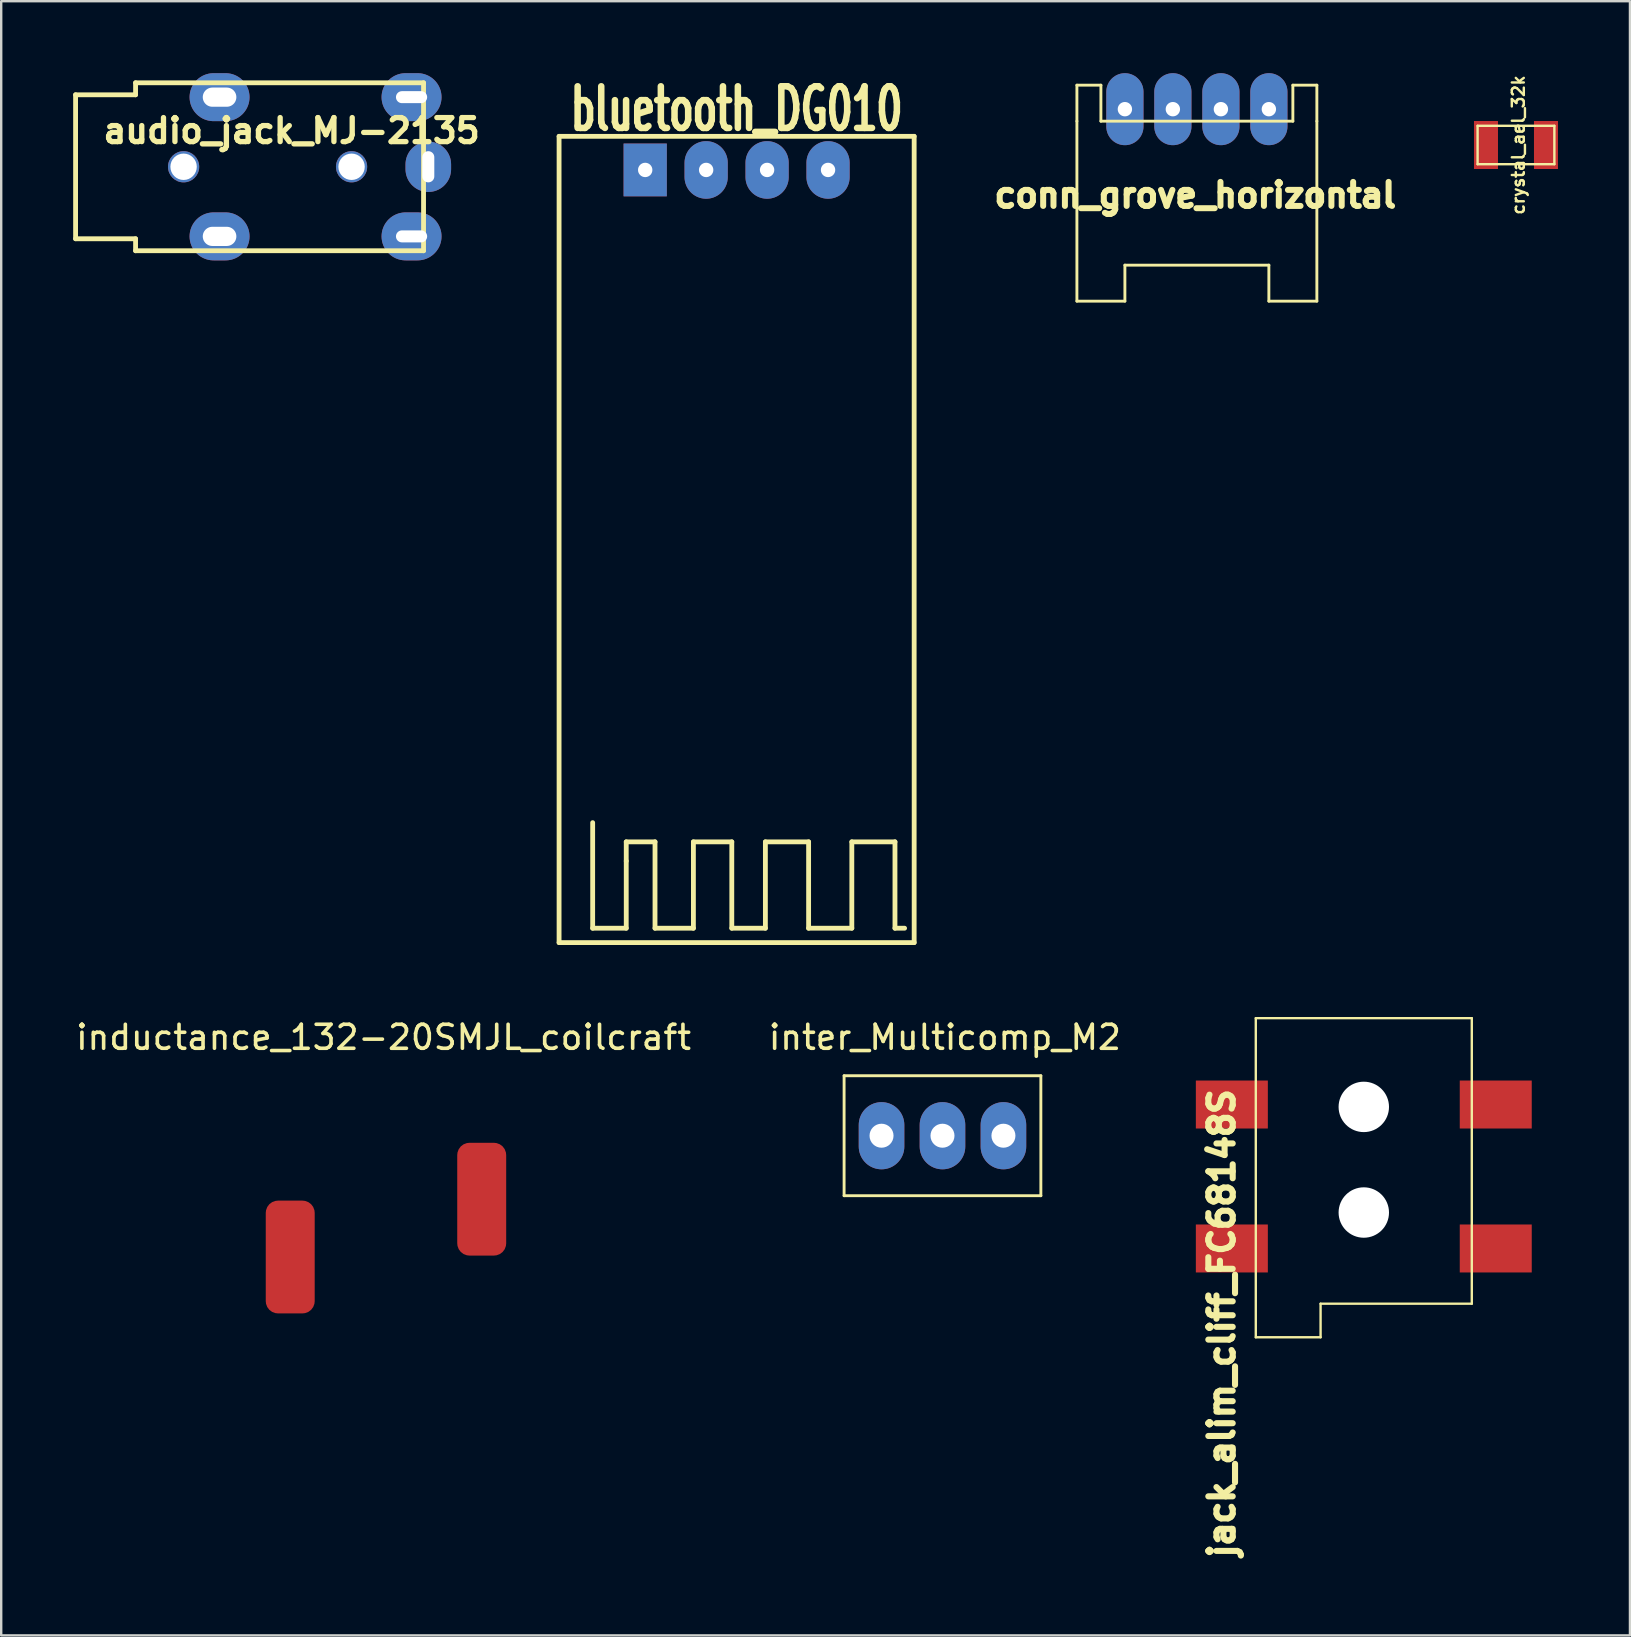
<source format=kicad_pcb>
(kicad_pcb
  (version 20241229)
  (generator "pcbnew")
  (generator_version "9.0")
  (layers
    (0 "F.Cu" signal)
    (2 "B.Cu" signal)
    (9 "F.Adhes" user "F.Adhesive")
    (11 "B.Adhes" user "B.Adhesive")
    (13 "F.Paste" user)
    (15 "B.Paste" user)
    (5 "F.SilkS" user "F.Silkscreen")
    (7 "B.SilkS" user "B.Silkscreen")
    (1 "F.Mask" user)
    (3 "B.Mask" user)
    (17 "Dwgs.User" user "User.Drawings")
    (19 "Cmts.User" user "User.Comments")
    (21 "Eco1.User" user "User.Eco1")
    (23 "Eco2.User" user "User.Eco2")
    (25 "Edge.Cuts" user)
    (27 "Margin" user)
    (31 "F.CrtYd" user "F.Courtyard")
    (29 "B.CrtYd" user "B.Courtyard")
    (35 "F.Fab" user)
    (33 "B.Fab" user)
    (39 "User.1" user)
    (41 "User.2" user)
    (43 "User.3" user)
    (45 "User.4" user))
  (footprint "crystal_ael_32k"
    (layer "F.Cu")
    (at 60.127 2.993)
    (property "Reference" "crystal_ael_32k" (at 0.1 0 90) (layer "F.SilkS") (effects (font (size 0.5 0.5) (thickness 0.1))))
    (attr through_hole)
    (fp_line (start -1.6 -0.8) (end 1.6 -0.8) (stroke (width 0.1) (type solid)) (layer "F.SilkS"))
    (fp_line (start -1.6 0.8) (end -1.6 -0.8) (stroke (width 0.1) (type solid)) (layer "F.SilkS"))
    (fp_line (start 1.6 -0.8) (end 1.6 0.8) (stroke (width 0.1) (type solid)) (layer "F.SilkS"))
    (fp_line (start 1.6 0.8) (end -1.6 0.8) (stroke (width 0.1) (type solid)) (layer "F.SilkS"))
    (pad "1" smd rect (at -1.25 0) (size 1 2) (layers "F.Cu" "F.Mask" "F.Paste"))
    (pad "2" smd rect (at 1.25 0) (size 1 2) (layers "F.Cu" "F.Mask" "F.Paste")))
  (footprint "conn_grove_horizontal"
    (layer "F.Cu")
    (at 46.829 1.5)
    (property "Reference" "conn_grove_horizontal" (at -0.066 3.581 0) (layer "F.SilkS") (effects (font (size 1.001 1.001) (thickness 0.251))))
    (attr through_hole)
    (fp_line (start -5 -1) (end -4 -1) (stroke (width 0.12) (type solid)) (layer "F.SilkS"))
    (fp_line (start -5 0.5) (end -5 -1) (stroke (width 0.12) (type solid)) (layer "F.SilkS"))
    (fp_line (start -5 8) (end -5 0.5) (stroke (width 0.12) (type solid)) (layer "F.SilkS"))
    (fp_line (start -5 8) (end -3 8) (stroke (width 0.12) (type solid)) (layer "F.SilkS"))
    (fp_line (start -4 -1) (end -4 0.5) (stroke (width 0.12) (type solid)) (layer "F.SilkS"))
    (fp_line (start -4 0.5) (end 4 0.5) (stroke (width 0.12) (type solid)) (layer "F.SilkS"))
    (fp_line (start -3 6.5) (end 3 6.5) (stroke (width 0.12) (type solid)) (layer "F.SilkS"))
    (fp_line (start -3 8) (end -3 6.5) (stroke (width 0.12) (type solid)) (layer "F.SilkS"))
    (fp_line (start 3 6.5) (end 3 8) (stroke (width 0.12) (type solid)) (layer "F.SilkS"))
    (fp_line (start 4 -1) (end 4 0.5) (stroke (width 0.12) (type solid)) (layer "F.SilkS"))
    (fp_line (start 5 -1) (end 4 -1) (stroke (width 0.12) (type solid)) (layer "F.SilkS"))
    (fp_line (start 5 0.5) (end 5 -1) (stroke (width 0.12) (type solid)) (layer "F.SilkS"))
    (fp_line (start 5 0.5) (end 5 8) (stroke (width 0.12) (type solid)) (layer "F.SilkS"))
    (fp_line (start 5 8) (end 3 8) (stroke (width 0.12) (type solid)) (layer "F.SilkS"))
    (pad "1" thru_hole oval (at -3 0) (size 1.549 3) (drill 0.599) (layers "*.Cu" "*.Mask"))
    (pad "2" thru_hole oval (at -1.001 0) (size 1.549 3) (drill 0.599) (layers "*.Cu" "*.Mask"))
    (pad "3" thru_hole oval (at 1.001 0) (size 1.549 3) (drill 0.599) (layers "*.Cu" "*.Mask"))
    (pad "4" thru_hole oval (at 3 0) (size 1.549 3) (drill 0.599) (layers "*.Cu" "*.Mask")))
  (footprint "inductance_132-20SMJL_coilcraft"
    (layer "F.Cu")
    (at 13.035 48.13)
    (property "Reference" "inductance_132-20SMJL_coilcraft" (at -0.1 -7.95 0) (unlocked yes) (layer "F.SilkS") (effects (font (size 1 1) (thickness 0.15))))
    (attr smd)
    (pad "1" smd roundrect (at -3.99 1.205) (size 2.04 4.7) (layers "F.Cu" "F.Mask" "F.Paste") (roundrect_rratio 0.25))
    (pad "2" smd roundrect (at 3.99 -1.205) (size 2.04 4.7) (layers "F.Cu" "F.Mask" "F.Paste") (roundrect_rratio 0.25)))
  (footprint "inter_Multicomp_M2"
    (layer "F.Cu")
    (at 36.227 44.28)
    (property "Reference" "inter_Multicomp_M2" (at 0.1 -4.1 0) (layer "F.SilkS") (effects (font (size 1 1) (thickness 0.15))))
    (attr through_hole)
    (fp_line (start -4.1 -2.5) (end 4.1 -2.5) (stroke (width 0.12) (type solid)) (layer "F.SilkS"))
    (fp_line (start -4.1 2.5) (end -4.1 -2.5) (stroke (width 0.12) (type solid)) (layer "F.SilkS"))
    (fp_line (start 4.1 -2.5) (end 4.1 2.5) (stroke (width 0.12) (type solid)) (layer "F.SilkS"))
    (fp_line (start 4.1 2.5) (end -4.1 2.5) (stroke (width 0.12) (type solid)) (layer "F.SilkS"))
    (pad "1" thru_hole oval (at -2.54 0) (size 1.9 2.8) (drill 1) (layers "*.Cu" "*.Mask"))
    (pad "2" thru_hole oval (at 0 0) (size 1.9 2.8) (drill 1) (layers "*.Cu" "*.Mask"))
    (pad "3" thru_hole oval (at 2.54 0) (size 1.9 2.8) (drill 1) (layers "*.Cu" "*.Mask")))
  (footprint "audio_jack_MJ-2135"
    (layer "F.Cu")
    (at 14.802 3.9)
    (property "Reference" "audio_jack_MJ-2135" (at -5.7 -1.501 0) (layer "F.SilkS") (effects (font (size 1.001 1.001) (thickness 0.221))))
    (attr through_hole)
    (fp_line (start -14.702 -3) (end -12.202 -3) (stroke (width 0.201) (type solid)) (layer "F.SilkS"))
    (fp_line (start -14.702 3) (end -14.702 -3) (stroke (width 0.201) (type solid)) (layer "F.SilkS"))
    (fp_line (start -12.202 -3.5) (end -0.201 -3.5) (stroke (width 0.201) (type solid)) (layer "F.SilkS"))
    (fp_line (start -12.202 -3) (end -12.202 -3.5) (stroke (width 0.201) (type solid)) (layer "F.SilkS"))
    (fp_line (start -12.202 3) (end -14.702 3) (stroke (width 0.201) (type solid)) (layer "F.SilkS"))
    (fp_line (start -12.202 3.5) (end -12.202 3) (stroke (width 0.201) (type solid)) (layer "F.SilkS"))
    (fp_line (start -0.201 -3.5) (end -0.201 3.5) (stroke (width 0.201) (type solid)) (layer "F.SilkS"))
    (fp_line (start -0.201 3.5) (end -12.202 3.5) (stroke (width 0.201) (type solid)) (layer "F.SilkS"))
    (pad "" np_thru_hole circle (at -10.201 0) (size 1.3 1.3) (drill 1.1) (layers "*.Cu" "*.Mask"))
    (pad "" np_thru_hole circle (at -3.201 0) (size 1.3 1.3) (drill 1.1) (layers "*.Cu" "*.Mask"))
    (pad "R1" thru_hole oval (at -0.701 2.901) (size 2.499 1.999) (drill oval 1.3 0.5) (layers "*.Cu" "*.Mask"))
    (pad "R2" thru_hole oval (at -0.701 -2.901) (size 2.499 1.999) (drill oval 1.3 0.5) (layers "*.Cu" "*.Mask"))
    (pad "S" thru_hole oval (at -0.003 0) (size 1.9 2.101) (drill oval 0.5 1.3) (layers "*.Cu" "*.Mask"))
    (pad "T" thru_hole oval (at -8.702 -2.901) (size 2.499 1.999) (drill oval 1.4 0.8) (layers "*.Cu" "*.Mask"))
    (pad "T" thru_hole oval (at -8.702 2.901) (size 2.499 1.999) (drill oval 1.4 0.8) (layers "*.Cu" "*.Mask")))
  (footprint "jack_alim_cliff_FC68148S"
    (layer "F.Cu")
    (at 53.785 42.98)
    (property "Reference" "jack_alim_cliff_FC68148S" (at -5.92 9.12 90) (layer "F.SilkS") (effects (font (size 1.016 1.016) (thickness 0.254))))
    (attr through_hole)
    (fp_line (start -4.501 -3.599) (end 4.501 -3.599) (stroke (width 0.099) (type solid)) (layer "F.SilkS"))
    (fp_line (start -4.501 9.7) (end -4.501 -3.599) (stroke (width 0.099) (type solid)) (layer "F.SilkS"))
    (fp_line (start -1.801 8.301) (end -1.801 9.7) (stroke (width 0.099) (type solid)) (layer "F.SilkS"))
    (fp_line (start -1.801 9.7) (end -4.501 9.7) (stroke (width 0.099) (type solid)) (layer "F.SilkS"))
    (fp_line (start 4.501 8.301) (end -1.801 8.301) (stroke (width 0.099) (type solid)) (layer "F.SilkS"))
    (fp_line (start 4.501 8.301) (end 4.501 -3.599) (stroke (width 0.099) (type solid)) (layer "F.SilkS"))
    (pad "" np_thru_hole circle (at 0 0.099 270) (size 2.101 2.101) (drill oval 2.101) (layers "*.Cu"))
    (pad "" np_thru_hole circle (at 0 4.501 270) (size 2.101 2.101) (drill oval 2.101) (layers "*.Cu"))
    (pad "1" smd rect (at 5.499 0 270) (size 1.999 3) (layers "F.Cu" "F.Mask" "F.Paste"))
    (pad "1" smd rect (at 5.499 5.999 270) (size 1.999 3) (layers "F.Cu" "F.Mask" "F.Paste"))
    (pad "2" smd rect (at -5.499 0 270) (size 1.999 3) (layers "F.Cu" "F.Mask" "F.Paste"))
    (pad "3" smd rect (at -5.499 5.999 270) (size 1.999 3) (layers "F.Cu" "F.Mask" "F.Paste")))
  (footprint "bluetooth_DG010"
    (layer "F.Cu")
    (at 27.648 4.032)
    (property "Reference" "bluetooth_DG010" (at 0 -2.54 0) (layer "F.SilkS") (effects (font (size 1.735 1.087) (thickness 0.272))))
    (attr through_hole)
    (fp_line (start -7.399 -1.4) (end -7.399 32.2) (stroke (width 0.201) (type solid)) (layer "F.SilkS"))
    (fp_line (start -7.399 32.2) (end 7.399 32.2) (stroke (width 0.201) (type solid)) (layer "F.SilkS"))
    (fp_line (start -5.999 27.201) (end -5.999 31.6) (stroke (width 0.201) (type solid)) (layer "F.SilkS"))
    (fp_line (start -5.999 31.6) (end -4.6 31.6) (stroke (width 0.201) (type solid)) (layer "F.SilkS"))
    (fp_line (start -4.6 28.001) (end -3.401 28.001) (stroke (width 0.201) (type solid)) (layer "F.SilkS"))
    (fp_line (start -4.6 28.801) (end -4.6 28.001) (stroke (width 0.201) (type solid)) (layer "F.SilkS"))
    (fp_line (start -4.6 31.6) (end -4.6 28.801) (stroke (width 0.201) (type solid)) (layer "F.SilkS"))
    (fp_line (start -3.401 28.001) (end -3.401 31.6) (stroke (width 0.201) (type solid)) (layer "F.SilkS"))
    (fp_line (start -3.401 31.6) (end -1.801 31.6) (stroke (width 0.201) (type solid)) (layer "F.SilkS"))
    (fp_line (start -1.801 28.001) (end -0.201 28.001) (stroke (width 0.201) (type solid)) (layer "F.SilkS"))
    (fp_line (start -1.801 31.6) (end -1.801 28.001) (stroke (width 0.201) (type solid)) (layer "F.SilkS"))
    (fp_line (start -0.201 28.001) (end -0.201 31.6) (stroke (width 0.201) (type solid)) (layer "F.SilkS"))
    (fp_line (start -0.201 31.6) (end 1.199 31.6) (stroke (width 0.201) (type solid)) (layer "F.SilkS"))
    (fp_line (start 1.199 28.001) (end 3 28.001) (stroke (width 0.201) (type solid)) (layer "F.SilkS"))
    (fp_line (start 1.199 31.6) (end 1.199 28.001) (stroke (width 0.201) (type solid)) (layer "F.SilkS"))
    (fp_line (start 3 28.001) (end 3 31.6) (stroke (width 0.201) (type solid)) (layer "F.SilkS"))
    (fp_line (start 3 31.6) (end 4.801 31.6) (stroke (width 0.201) (type solid)) (layer "F.SilkS"))
    (fp_line (start 4.801 28.001) (end 6.599 28.001) (stroke (width 0.201) (type solid)) (layer "F.SilkS"))
    (fp_line (start 4.801 31.6) (end 4.801 28.001) (stroke (width 0.201) (type solid)) (layer "F.SilkS"))
    (fp_line (start 6.599 28.001) (end 6.599 31.6) (stroke (width 0.201) (type solid)) (layer "F.SilkS"))
    (fp_line (start 6.599 31.6) (end 7 31.6) (stroke (width 0.201) (type solid)) (layer "F.SilkS"))
    (fp_line (start 7.399 -1.4) (end -7.399 -1.4) (stroke (width 0.201) (type solid)) (layer "F.SilkS"))
    (fp_line (start 7.399 32.2) (end 7.399 -1.4) (stroke (width 0.201) (type solid)) (layer "F.SilkS"))
    (pad "1" thru_hole rect (at -3.81 0) (size 1.801 2.2) (drill 0.599) (layers "*.Cu" "*.Mask"))
    (pad "2" thru_hole oval (at -1.27 0) (size 1.801 2.4) (drill 0.599) (layers "*.Cu" "*.Mask"))
    (pad "3" thru_hole oval (at 1.27 0) (size 1.801 2.4) (drill 0.599) (layers "*.Cu" "*.Mask"))
    (pad "4" thru_hole oval (at 3.81 0) (size 1.801 2.4) (drill 0.599) (layers "*.Cu" "*.Mask")))
  (gr_rect
    (start -3 -3)
    (end 64.877 65.105)
    (stroke (width 0.1) (type default))
    (fill no)
    (layer "Edge.Cuts")))
</source>
